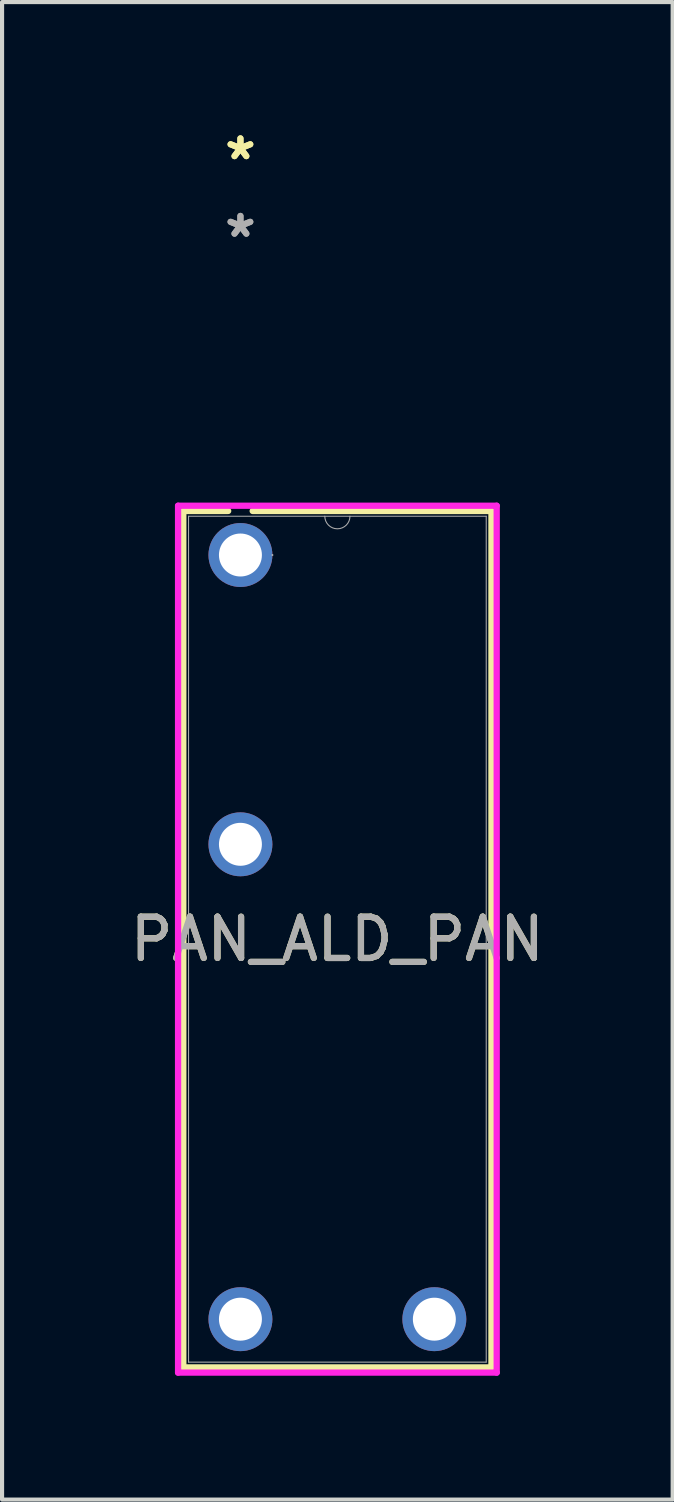
<source format=kicad_pcb>
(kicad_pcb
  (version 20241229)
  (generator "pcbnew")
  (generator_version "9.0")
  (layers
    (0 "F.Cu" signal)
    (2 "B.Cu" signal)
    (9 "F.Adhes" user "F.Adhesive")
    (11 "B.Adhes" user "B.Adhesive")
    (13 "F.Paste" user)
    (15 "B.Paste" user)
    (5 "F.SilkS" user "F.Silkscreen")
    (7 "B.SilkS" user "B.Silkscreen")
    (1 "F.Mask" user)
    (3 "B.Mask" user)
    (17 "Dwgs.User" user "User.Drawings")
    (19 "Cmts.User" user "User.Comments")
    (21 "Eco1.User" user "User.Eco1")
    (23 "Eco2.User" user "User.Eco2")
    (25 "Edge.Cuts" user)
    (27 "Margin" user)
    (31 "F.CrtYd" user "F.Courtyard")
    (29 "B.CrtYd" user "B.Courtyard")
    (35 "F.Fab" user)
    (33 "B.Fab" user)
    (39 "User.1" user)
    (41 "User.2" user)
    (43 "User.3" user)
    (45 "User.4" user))
  (footprint "PAN_ALD_PAN"
    (layer "F.Cu")
    (at 2.776 10.399)
    (property "Reference" "PAN_ALD_PAN" (at 2.349 9.309 0) (unlocked yes) (layer "F.SilkS") (effects (font (size 1 1) (thickness 0.15))))
    (attr through_hole)
    (fp_line (start -1.384 -1.067) (end -1.384 19.685) (stroke (width 0.152) (type solid)) (layer "F.SilkS"))
    (fp_line (start -1.384 19.685) (end 6.083 19.685) (stroke (width 0.152) (type solid)) (layer "F.SilkS"))
    (fp_line (start -0.297 -1.067) (end -1.384 -1.067) (stroke (width 0.152) (type solid)) (layer "F.SilkS"))
    (fp_line (start 6.083 -1.067) (end 0.297 -1.067) (stroke (width 0.152) (type solid)) (layer "F.SilkS"))
    (fp_line (start 6.083 19.685) (end 6.083 -1.067) (stroke (width 0.152) (type solid)) (layer "F.SilkS"))
    (fp_line (start -1.511 -1.194) (end 6.21 -1.194) (stroke (width 0.152) (type solid)) (layer "F.CrtYd"))
    (fp_line (start -1.511 19.812) (end -1.511 -1.194) (stroke (width 0.152) (type solid)) (layer "F.CrtYd"))
    (fp_line (start 6.21 -1.194) (end 6.21 19.812) (stroke (width 0.152) (type solid)) (layer "F.CrtYd"))
    (fp_line (start 6.21 19.812) (end -1.511 19.812) (stroke (width 0.152) (type solid)) (layer "F.CrtYd"))
    (fp_line (start -1.257 -0.94) (end -1.257 19.558) (stroke (width 0.025) (type solid)) (layer "F.Fab"))
    (fp_line (start -1.257 19.558) (end 5.956 19.558) (stroke (width 0.025) (type solid)) (layer "F.Fab"))
    (fp_line (start 5.956 -0.94) (end -1.257 -0.94) (stroke (width 0.025) (type solid)) (layer "F.Fab"))
    (fp_line (start 5.956 19.558) (end 5.956 -0.94) (stroke (width 0.025) (type solid)) (layer "F.Fab"))
    (fp_arc (start 2.6543 -0.9398) (mid 2.3495 -0.635) (end 2.0447 -0.9398) (stroke (width 0.0254) (type solid)) (layer "F.Fab"))
    (fp_circle (center 0.775 0) (end 0.775 0) (stroke (width 0.025) (type solid)) (fill no) (layer "F.Fab"))
    (fp_text user "*" (at 0 -9.55 0) (layer "F.SilkS") (effects (font (size 1 1) (thickness 0.15))))
    (fp_text user "*" (at 0 -9.55 0) (unlocked yes) (layer "F.SilkS") (effects (font (size 1 1) (thickness 0.15))))
    (fp_text user "*" (at 0 -7.671 0) (layer "F.Fab") (effects (font (size 1 1) (thickness 0.15))))
    (fp_text user "*" (at 0 -7.671 0) (unlocked yes) (layer "F.Fab") (effects (font (size 1 1) (thickness 0.15))))
    (fp_text user "${REFERENCE}" (at 2.349 9.309 0) (unlocked yes) (layer "F.Fab") (effects (font (size 1 1) (thickness 0.15))))
    (pad "1" thru_hole circle (at 0 0) (size 1.549 1.549) (drill 1.041) (layers "*.Cu" "*.Mask"))
    (pad "2" thru_hole circle (at 0 7.01) (size 1.549 1.549) (drill 1.041) (layers "*.Cu" "*.Mask"))
    (pad "3" thru_hole circle (at 0 18.517) (size 1.549 1.549) (drill 1.041) (layers "*.Cu" "*.Mask"))
    (pad "4" thru_hole circle (at 4.699 18.517) (size 1.549 1.549) (drill 1.041) (layers "*.Cu" "*.Mask")))
  (gr_rect
    (start -3 -3)
    (end 13.25 33.287)
    (stroke (width 0.1) (type default))
    (fill no)
    (layer "Edge.Cuts")))
</source>
